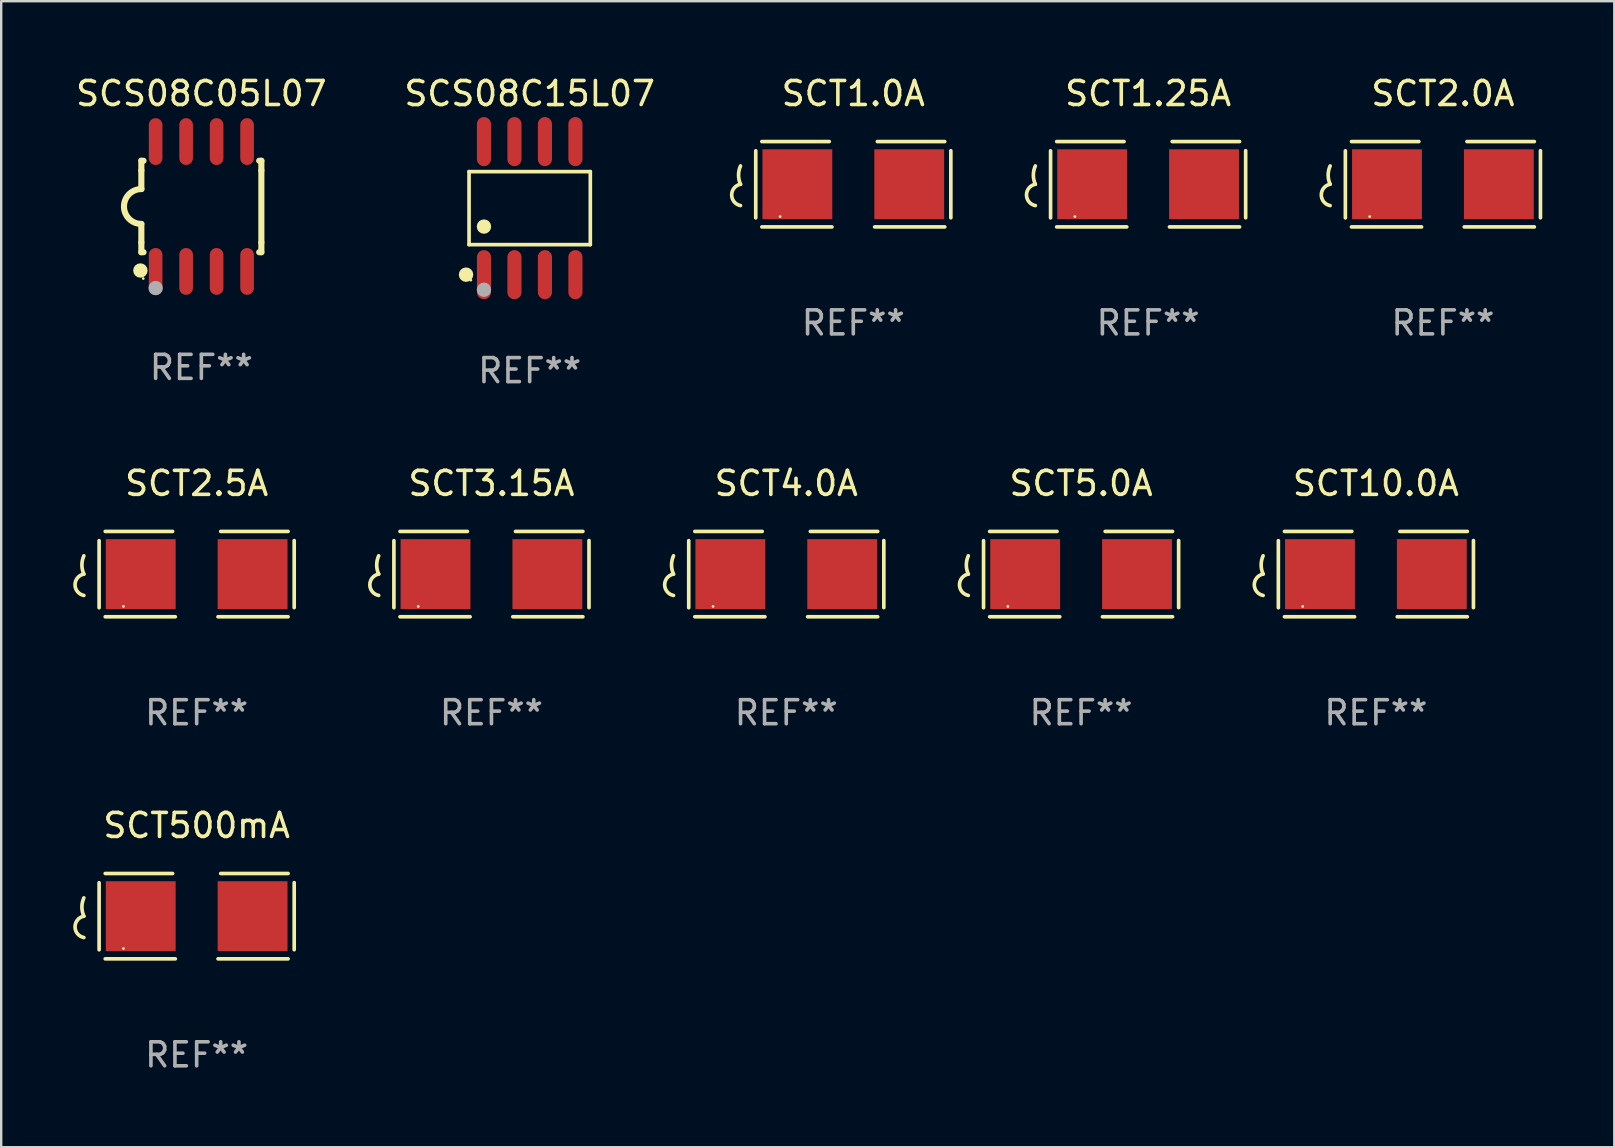
<source format=kicad_pcb>
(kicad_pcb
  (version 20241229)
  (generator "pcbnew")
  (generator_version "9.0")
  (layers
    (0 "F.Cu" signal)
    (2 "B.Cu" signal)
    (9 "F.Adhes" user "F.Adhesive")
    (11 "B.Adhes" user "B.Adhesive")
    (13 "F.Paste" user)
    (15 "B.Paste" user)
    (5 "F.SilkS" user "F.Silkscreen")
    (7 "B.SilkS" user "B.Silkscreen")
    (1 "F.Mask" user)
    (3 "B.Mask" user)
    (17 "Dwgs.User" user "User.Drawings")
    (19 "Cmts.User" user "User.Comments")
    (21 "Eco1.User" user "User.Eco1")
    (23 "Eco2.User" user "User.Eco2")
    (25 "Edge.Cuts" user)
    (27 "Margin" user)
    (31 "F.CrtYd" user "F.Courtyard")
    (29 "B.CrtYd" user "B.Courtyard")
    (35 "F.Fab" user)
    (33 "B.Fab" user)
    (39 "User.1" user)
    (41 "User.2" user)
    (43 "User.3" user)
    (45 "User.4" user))
  (footprint "SCT2.5A"
    (layer "F.Cu")
    (at 5.143 20.868)
    (property "Reference" "SCT2.5A" (at 0 -3.778 0) (layer "F.SilkS") (effects (font (size 1 1) (thickness 0.15))))
    (attr through_hole)
    (fp_line (start -4.064 -1.393) (end -4.064 1.401) (stroke (width 0.152) (type solid)) (layer "F.SilkS"))
    (fp_line (start -3.81 -1.778) (end -1.002 -1.778) (stroke (width 0.152) (type solid)) (layer "F.SilkS"))
    (fp_line (start -0.889 1.778) (end -3.81 1.778) (stroke (width 0.152) (type solid)) (layer "F.SilkS"))
    (fp_line (start 0.889 1.778) (end 3.81 1.778) (stroke (width 0.152) (type solid)) (layer "F.SilkS"))
    (fp_line (start 3.81 -1.778) (end 1.002 -1.778) (stroke (width 0.152) (type solid)) (layer "F.SilkS"))
    (fp_line (start 4.064 -1.397) (end 4.064 1.397) (stroke (width 0.152) (type solid)) (layer "F.SilkS"))
    (fp_arc (start -4.699009 0) (mid -4.780645 -0.381001) (end -4.699009 -0.762002) (stroke (width 0.151994) (type solid)) (layer "F.SilkS"))
    (fp_arc (start -4.699009 0.889002) (mid -5.066697 0.444501) (end -4.699009 0) (stroke (width 0.151994) (type solid)) (layer "F.SilkS"))
    (fp_circle (center -3.05 1.347) (end -3.02 1.347) (stroke (width 0.06) (type solid)) (fill no) (layer "F.SilkS"))
    (fp_text user "REF**" (at 0 5.778 0) (layer "F.Fab") (effects (font (size 1 1) (thickness 0.15))))
    (pad "1" smd rect (at -2.33 0) (size 2.91 2.911) (layers "F.Cu" "F.Mask" "F.Paste"))
    (pad "2" smd rect (at 2.33 0) (size 2.91 2.911) (layers "F.Cu" "F.Mask" "F.Paste")))
  (footprint "SCT3.15A"
    (layer "F.Cu")
    (at 17.425 20.868)
    (property "Reference" "SCT3.15A" (at 0 -3.778 0) (layer "F.SilkS") (effects (font (size 1 1) (thickness 0.15))))
    (attr through_hole)
    (fp_line (start -4.064 -1.393) (end -4.064 1.401) (stroke (width 0.152) (type solid)) (layer "F.SilkS"))
    (fp_line (start -3.81 -1.778) (end -1.002 -1.778) (stroke (width 0.152) (type solid)) (layer "F.SilkS"))
    (fp_line (start -0.889 1.778) (end -3.81 1.778) (stroke (width 0.152) (type solid)) (layer "F.SilkS"))
    (fp_line (start 0.889 1.778) (end 3.81 1.778) (stroke (width 0.152) (type solid)) (layer "F.SilkS"))
    (fp_line (start 3.81 -1.778) (end 1.002 -1.778) (stroke (width 0.152) (type solid)) (layer "F.SilkS"))
    (fp_line (start 4.064 -1.397) (end 4.064 1.397) (stroke (width 0.152) (type solid)) (layer "F.SilkS"))
    (fp_arc (start -4.699009 0) (mid -4.780645 -0.381001) (end -4.699009 -0.762002) (stroke (width 0.151994) (type solid)) (layer "F.SilkS"))
    (fp_arc (start -4.699009 0.889002) (mid -5.066697 0.444501) (end -4.699009 0) (stroke (width 0.151994) (type solid)) (layer "F.SilkS"))
    (fp_circle (center -3.05 1.347) (end -3.02 1.347) (stroke (width 0.06) (type solid)) (fill no) (layer "F.SilkS"))
    (fp_text user "REF**" (at 0 5.778 0) (layer "F.Fab") (effects (font (size 1 1) (thickness 0.15))))
    (pad "1" smd rect (at -2.33 0) (size 2.91 2.911) (layers "F.Cu" "F.Mask" "F.Paste"))
    (pad "2" smd rect (at 2.33 0) (size 2.91 2.911) (layers "F.Cu" "F.Mask" "F.Paste")))
  (footprint "SCT2.0A"
    (layer "F.Cu")
    (at 57.065 4.626)
    (property "Reference" "SCT2.0A" (at 0 -3.778 0) (layer "F.SilkS") (effects (font (size 1 1) (thickness 0.15))))
    (attr through_hole)
    (fp_line (start -4.064 -1.393) (end -4.064 1.401) (stroke (width 0.152) (type solid)) (layer "F.SilkS"))
    (fp_line (start -3.81 -1.778) (end -1.002 -1.778) (stroke (width 0.152) (type solid)) (layer "F.SilkS"))
    (fp_line (start -0.889 1.778) (end -3.81 1.778) (stroke (width 0.152) (type solid)) (layer "F.SilkS"))
    (fp_line (start 0.889 1.778) (end 3.81 1.778) (stroke (width 0.152) (type solid)) (layer "F.SilkS"))
    (fp_line (start 3.81 -1.778) (end 1.002 -1.778) (stroke (width 0.152) (type solid)) (layer "F.SilkS"))
    (fp_line (start 4.064 -1.397) (end 4.064 1.397) (stroke (width 0.152) (type solid)) (layer "F.SilkS"))
    (fp_arc (start -4.699009 0) (mid -4.780645 -0.381001) (end -4.699009 -0.762002) (stroke (width 0.151994) (type solid)) (layer "F.SilkS"))
    (fp_arc (start -4.699009 0.889002) (mid -5.066697 0.444501) (end -4.699009 0) (stroke (width 0.151994) (type solid)) (layer "F.SilkS"))
    (fp_circle (center -3.05 1.347) (end -3.02 1.347) (stroke (width 0.06) (type solid)) (fill no) (layer "F.SilkS"))
    (fp_text user "REF**" (at 0 5.778 0) (layer "F.Fab") (effects (font (size 1 1) (thickness 0.15))))
    (pad "1" smd rect (at -2.33 0) (size 2.91 2.911) (layers "F.Cu" "F.Mask" "F.Paste"))
    (pad "2" smd rect (at 2.33 0) (size 2.91 2.911) (layers "F.Cu" "F.Mask" "F.Paste")))
  (footprint "SCT500mA"
    (layer "F.Cu")
    (at 5.143 35.12)
    (property "Reference" "SCT500mA" (at 0 -3.778 0) (layer "F.SilkS") (effects (font (size 1 1) (thickness 0.15))))
    (attr through_hole)
    (fp_line (start -4.064 -1.393) (end -4.064 1.401) (stroke (width 0.152) (type solid)) (layer "F.SilkS"))
    (fp_line (start -3.81 -1.778) (end -1.002 -1.778) (stroke (width 0.152) (type solid)) (layer "F.SilkS"))
    (fp_line (start -0.889 1.778) (end -3.81 1.778) (stroke (width 0.152) (type solid)) (layer "F.SilkS"))
    (fp_line (start 0.889 1.778) (end 3.81 1.778) (stroke (width 0.152) (type solid)) (layer "F.SilkS"))
    (fp_line (start 3.81 -1.778) (end 1.002 -1.778) (stroke (width 0.152) (type solid)) (layer "F.SilkS"))
    (fp_line (start 4.064 -1.397) (end 4.064 1.397) (stroke (width 0.152) (type solid)) (layer "F.SilkS"))
    (fp_arc (start -4.699009 0) (mid -4.780645 -0.381001) (end -4.699009 -0.762002) (stroke (width 0.151994) (type solid)) (layer "F.SilkS"))
    (fp_arc (start -4.699009 0.889002) (mid -5.066697 0.444501) (end -4.699009 0) (stroke (width 0.151994) (type solid)) (layer "F.SilkS"))
    (fp_circle (center -3.05 1.347) (end -3.02 1.347) (stroke (width 0.06) (type solid)) (fill no) (layer "F.SilkS"))
    (fp_text user "REF**" (at 0 5.778 0) (layer "F.Fab") (effects (font (size 1 1) (thickness 0.15))))
    (pad "1" smd rect (at -2.33 0) (size 2.91 2.911) (layers "F.Cu" "F.Mask" "F.Paste"))
    (pad "2" smd rect (at 2.33 0) (size 2.91 2.911) (layers "F.Cu" "F.Mask" "F.Paste")))
  (footprint "SCT1.25A"
    (layer "F.Cu")
    (at 44.783 4.626)
    (property "Reference" "SCT1.25A" (at 0 -3.778 0) (layer "F.SilkS") (effects (font (size 1 1) (thickness 0.15))))
    (attr through_hole)
    (fp_line (start -4.064 -1.393) (end -4.064 1.401) (stroke (width 0.152) (type solid)) (layer "F.SilkS"))
    (fp_line (start -3.81 -1.778) (end -1.002 -1.778) (stroke (width 0.152) (type solid)) (layer "F.SilkS"))
    (fp_line (start -0.889 1.778) (end -3.81 1.778) (stroke (width 0.152) (type solid)) (layer "F.SilkS"))
    (fp_line (start 0.889 1.778) (end 3.81 1.778) (stroke (width 0.152) (type solid)) (layer "F.SilkS"))
    (fp_line (start 3.81 -1.778) (end 1.002 -1.778) (stroke (width 0.152) (type solid)) (layer "F.SilkS"))
    (fp_line (start 4.064 -1.397) (end 4.064 1.397) (stroke (width 0.152) (type solid)) (layer "F.SilkS"))
    (fp_arc (start -4.699009 0) (mid -4.780645 -0.381001) (end -4.699009 -0.762002) (stroke (width 0.151994) (type solid)) (layer "F.SilkS"))
    (fp_arc (start -4.699009 0.889002) (mid -5.066697 0.444501) (end -4.699009 0) (stroke (width 0.151994) (type solid)) (layer "F.SilkS"))
    (fp_circle (center -3.05 1.347) (end -3.02 1.347) (stroke (width 0.06) (type solid)) (fill no) (layer "F.SilkS"))
    (fp_text user "REF**" (at 0 5.778 0) (layer "F.Fab") (effects (font (size 1 1) (thickness 0.15))))
    (pad "1" smd rect (at -2.33 0) (size 2.91 2.911) (layers "F.Cu" "F.Mask" "F.Paste"))
    (pad "2" smd rect (at 2.33 0) (size 2.91 2.911) (layers "F.Cu" "F.Mask" "F.Paste")))
  (footprint "SCT4.0A"
    (layer "F.Cu")
    (at 29.708 20.868)
    (property "Reference" "SCT4.0A" (at 0 -3.778 0) (layer "F.SilkS") (effects (font (size 1 1) (thickness 0.15))))
    (attr through_hole)
    (fp_line (start -4.064 -1.393) (end -4.064 1.401) (stroke (width 0.152) (type solid)) (layer "F.SilkS"))
    (fp_line (start -3.81 -1.778) (end -1.002 -1.778) (stroke (width 0.152) (type solid)) (layer "F.SilkS"))
    (fp_line (start -0.889 1.778) (end -3.81 1.778) (stroke (width 0.152) (type solid)) (layer "F.SilkS"))
    (fp_line (start 0.889 1.778) (end 3.81 1.778) (stroke (width 0.152) (type solid)) (layer "F.SilkS"))
    (fp_line (start 3.81 -1.778) (end 1.002 -1.778) (stroke (width 0.152) (type solid)) (layer "F.SilkS"))
    (fp_line (start 4.064 -1.397) (end 4.064 1.397) (stroke (width 0.152) (type solid)) (layer "F.SilkS"))
    (fp_arc (start -4.699009 0) (mid -4.780645 -0.381001) (end -4.699009 -0.762002) (stroke (width 0.151994) (type solid)) (layer "F.SilkS"))
    (fp_arc (start -4.699009 0.889002) (mid -5.066697 0.444501) (end -4.699009 0) (stroke (width 0.151994) (type solid)) (layer "F.SilkS"))
    (fp_circle (center -3.05 1.347) (end -3.02 1.347) (stroke (width 0.06) (type solid)) (fill no) (layer "F.SilkS"))
    (fp_text user "REF**" (at 0 5.778 0) (layer "F.Fab") (effects (font (size 1 1) (thickness 0.15))))
    (pad "1" smd rect (at -2.33 0) (size 2.91 2.911) (layers "F.Cu" "F.Mask" "F.Paste"))
    (pad "2" smd rect (at 2.33 0) (size 2.91 2.911) (layers "F.Cu" "F.Mask" "F.Paste")))
  (footprint "SCS08C15L07"
    (layer "F.Cu")
    (at 19.018 5.621)
    (property "Reference" "SCS08C15L07" (at 0 -4.772 0) (layer "F.SilkS") (effects (font (size 1 1) (thickness 0.15))))
    (attr through_hole)
    (fp_line (start -2.526 -1.521) (end 2.526 -1.521) (stroke (width 0.152) (type solid)) (layer "F.SilkS"))
    (fp_line (start -2.526 1.521) (end -2.526 -1.521) (stroke (width 0.152) (type solid)) (layer "F.SilkS"))
    (fp_line (start 2.526 -1.521) (end 2.526 1.521) (stroke (width 0.152) (type solid)) (layer "F.SilkS"))
    (fp_line (start 2.526 1.521) (end -2.526 1.521) (stroke (width 0.152) (type solid)) (layer "F.SilkS"))
    (fp_circle (center -2.652 2.772) (end -2.501 2.772) (stroke (width 0.3) (type solid)) (fill no) (layer "F.SilkS"))
    (fp_circle (center -2.45 3) (end -2.42 3) (stroke (width 0.06) (type solid)) (fill no) (layer "F.SilkS"))
    (fp_circle (center -1.905 0.769) (end -1.755 0.769) (stroke (width 0.3) (type solid)) (fill no) (layer "F.SilkS"))
    (fp_circle (center -1.905 3.4) (end -1.755 3.4) (stroke (width 0.3) (type solid)) (fill no) (layer "F.Fab"))
    (fp_text user "REF**" (at 0 6.772 0) (layer "F.Fab") (effects (font (size 1 1) (thickness 0.15))))
    (pad "1" smd oval (at -1.905 2.772) (size 0.588 2.045) (layers "F.Cu" "F.Mask" "F.Paste"))
    (pad "2" smd oval (at -0.635 2.772) (size 0.588 2.045) (layers "F.Cu" "F.Mask" "F.Paste"))
    (pad "3" smd oval (at 0.635 2.772) (size 0.588 2.045) (layers "F.Cu" "F.Mask" "F.Paste"))
    (pad "4" smd oval (at 1.905 2.772) (size 0.588 2.045) (layers "F.Cu" "F.Mask" "F.Paste"))
    (pad "5" smd oval (at 1.905 -2.772) (size 0.588 2.045) (layers "F.Cu" "F.Mask" "F.Paste"))
    (pad "6" smd oval (at 0.635 -2.772) (size 0.588 2.045) (layers "F.Cu" "F.Mask" "F.Paste"))
    (pad "7" smd oval (at -0.635 -2.772) (size 0.588 2.045) (layers "F.Cu" "F.Mask" "F.Paste"))
    (pad "8" smd oval (at -1.905 -2.772) (size 0.588 2.045) (layers "F.Cu" "F.Mask" "F.Paste")))
  (footprint "SCT1.0A"
    (layer "F.Cu")
    (at 32.5 4.626)
    (property "Reference" "SCT1.0A" (at 0 -3.778 0) (layer "F.SilkS") (effects (font (size 1 1) (thickness 0.15))))
    (attr through_hole)
    (fp_line (start -4.064 -1.393) (end -4.064 1.401) (stroke (width 0.152) (type solid)) (layer "F.SilkS"))
    (fp_line (start -3.81 -1.778) (end -1.002 -1.778) (stroke (width 0.152) (type solid)) (layer "F.SilkS"))
    (fp_line (start -0.889 1.778) (end -3.81 1.778) (stroke (width 0.152) (type solid)) (layer "F.SilkS"))
    (fp_line (start 0.889 1.778) (end 3.81 1.778) (stroke (width 0.152) (type solid)) (layer "F.SilkS"))
    (fp_line (start 3.81 -1.778) (end 1.002 -1.778) (stroke (width 0.152) (type solid)) (layer "F.SilkS"))
    (fp_line (start 4.064 -1.397) (end 4.064 1.397) (stroke (width 0.152) (type solid)) (layer "F.SilkS"))
    (fp_arc (start -4.699009 0) (mid -4.780645 -0.381001) (end -4.699009 -0.762002) (stroke (width 0.151994) (type solid)) (layer "F.SilkS"))
    (fp_arc (start -4.699009 0.889002) (mid -5.066697 0.444501) (end -4.699009 0) (stroke (width 0.151994) (type solid)) (layer "F.SilkS"))
    (fp_circle (center -3.05 1.347) (end -3.02 1.347) (stroke (width 0.06) (type solid)) (fill no) (layer "F.SilkS"))
    (fp_text user "REF**" (at 0 5.778 0) (layer "F.Fab") (effects (font (size 1 1) (thickness 0.15))))
    (pad "1" smd rect (at -2.33 0) (size 2.91 2.911) (layers "F.Cu" "F.Mask" "F.Paste"))
    (pad "2" smd rect (at 2.33 0) (size 2.91 2.911) (layers "F.Cu" "F.Mask" "F.Paste")))
  (footprint "SCT5.0A"
    (layer "F.Cu")
    (at 41.991 20.868)
    (property "Reference" "SCT5.0A" (at 0 -3.778 0) (layer "F.SilkS") (effects (font (size 1 1) (thickness 0.15))))
    (attr through_hole)
    (fp_line (start -4.064 -1.393) (end -4.064 1.401) (stroke (width 0.152) (type solid)) (layer "F.SilkS"))
    (fp_line (start -3.81 -1.778) (end -1.002 -1.778) (stroke (width 0.152) (type solid)) (layer "F.SilkS"))
    (fp_line (start -0.889 1.778) (end -3.81 1.778) (stroke (width 0.152) (type solid)) (layer "F.SilkS"))
    (fp_line (start 0.889 1.778) (end 3.81 1.778) (stroke (width 0.152) (type solid)) (layer "F.SilkS"))
    (fp_line (start 3.81 -1.778) (end 1.002 -1.778) (stroke (width 0.152) (type solid)) (layer "F.SilkS"))
    (fp_line (start 4.064 -1.397) (end 4.064 1.397) (stroke (width 0.152) (type solid)) (layer "F.SilkS"))
    (fp_arc (start -4.699009 0) (mid -4.780645 -0.381001) (end -4.699009 -0.762002) (stroke (width 0.151994) (type solid)) (layer "F.SilkS"))
    (fp_arc (start -4.699009 0.889002) (mid -5.066697 0.444501) (end -4.699009 0) (stroke (width 0.151994) (type solid)) (layer "F.SilkS"))
    (fp_circle (center -3.05 1.347) (end -3.02 1.347) (stroke (width 0.06) (type solid)) (fill no) (layer "F.SilkS"))
    (fp_text user "REF**" (at 0 5.778 0) (layer "F.Fab") (effects (font (size 1 1) (thickness 0.15))))
    (pad "1" smd rect (at -2.33 0) (size 2.91 2.911) (layers "F.Cu" "F.Mask" "F.Paste"))
    (pad "2" smd rect (at 2.33 0) (size 2.91 2.911) (layers "F.Cu" "F.Mask" "F.Paste")))
  (footprint "SCT10.0A"
    (layer "F.Cu")
    (at 54.273 20.868)
    (property "Reference" "SCT10.0A" (at 0 -3.778 0) (layer "F.SilkS") (effects (font (size 1 1) (thickness 0.15))))
    (attr through_hole)
    (fp_line (start -4.064 -1.393) (end -4.064 1.401) (stroke (width 0.152) (type solid)) (layer "F.SilkS"))
    (fp_line (start -3.81 -1.778) (end -1.002 -1.778) (stroke (width 0.152) (type solid)) (layer "F.SilkS"))
    (fp_line (start -0.889 1.778) (end -3.81 1.778) (stroke (width 0.152) (type solid)) (layer "F.SilkS"))
    (fp_line (start 0.889 1.778) (end 3.81 1.778) (stroke (width 0.152) (type solid)) (layer "F.SilkS"))
    (fp_line (start 3.81 -1.778) (end 1.002 -1.778) (stroke (width 0.152) (type solid)) (layer "F.SilkS"))
    (fp_line (start 4.064 -1.397) (end 4.064 1.397) (stroke (width 0.152) (type solid)) (layer "F.SilkS"))
    (fp_arc (start -4.699009 0) (mid -4.780645 -0.381001) (end -4.699009 -0.762002) (stroke (width 0.151994) (type solid)) (layer "F.SilkS"))
    (fp_arc (start -4.699009 0.889002) (mid -5.066697 0.444501) (end -4.699009 0) (stroke (width 0.151994) (type solid)) (layer "F.SilkS"))
    (fp_circle (center -3.05 1.347) (end -3.02 1.347) (stroke (width 0.06) (type solid)) (fill no) (layer "F.SilkS"))
    (fp_text user "REF**" (at 0 5.778 0) (layer "F.Fab") (effects (font (size 1 1) (thickness 0.15))))
    (pad "1" smd rect (at -2.33 0) (size 2.91 2.911) (layers "F.Cu" "F.Mask" "F.Paste"))
    (pad "2" smd rect (at 2.33 0) (size 2.91 2.911) (layers "F.Cu" "F.Mask" "F.Paste")))
  (footprint "SCS08C05L07"
    (layer "F.Cu")
    (at 5.339 5.553)
    (property "Reference" "SCS08C05L07" (at 0 -4.705 0) (layer "F.SilkS") (effects (font (size 1 1) (thickness 0.15))))
    (attr through_hole)
    (fp_line (start -2.5 -1.905) (end -2.409 -1.905) (stroke (width 0.254) (type solid)) (layer "F.SilkS"))
    (fp_line (start -2.5 -1.5) (end -2.5 -1.905) (stroke (width 0.254) (type solid)) (layer "F.SilkS"))
    (fp_line (start -2.5 -1.5) (end -2.5 -0.726) (stroke (width 0.254) (type solid)) (layer "F.SilkS"))
    (fp_line (start -2.5 1.5) (end -2.5 0.727) (stroke (width 0.254) (type solid)) (layer "F.SilkS"))
    (fp_line (start -2.5 1.5) (end -2.5 1.905) (stroke (width 0.254) (type solid)) (layer "F.SilkS"))
    (fp_line (start -2.5 1.905) (end -2.409 1.905) (stroke (width 0.254) (type solid)) (layer "F.SilkS"))
    (fp_line (start 2.5 -1.905) (end 2.409 -1.905) (stroke (width 0.254) (type solid)) (layer "F.SilkS"))
    (fp_line (start 2.5 -1.5) (end 2.5 -1.905) (stroke (width 0.254) (type solid)) (layer "F.SilkS"))
    (fp_line (start 2.5 -1.5) (end 2.5 1.5) (stroke (width 0.254) (type solid)) (layer "F.SilkS"))
    (fp_line (start 2.5 1.5) (end 2.5 1.905) (stroke (width 0.254) (type solid)) (layer "F.SilkS"))
    (fp_line (start 2.5 1.905) (end 2.409 1.905) (stroke (width 0.254) (type solid)) (layer "F.SilkS"))
    (fp_arc (start -2.5 0.726568) (mid -3.220316 -0.0023) (end -2.495097 -0.726289) (stroke (width 0.254001) (type solid)) (layer "F.SilkS"))
    (fp_circle (center -2.54 2.667) (end -2.39 2.667) (stroke (width 0.3) (type solid)) (fill no) (layer "F.SilkS"))
    (fp_circle (center -2.42 3) (end -2.39 3) (stroke (width 0.06) (type solid)) (fill no) (layer "F.SilkS"))
    (fp_circle (center -1.905 3.4) (end -1.755 3.4) (stroke (width 0.3) (type solid)) (fill no) (layer "F.Fab"))
    (fp_text user "REF**" (at 0 6.705 0) (layer "F.Fab") (effects (font (size 1 1) (thickness 0.15))))
    (pad "1" smd oval (at -1.905 2.705) (size 0.568 1.95) (layers "F.Cu" "F.Mask" "F.Paste"))
    (pad "2" smd oval (at -0.635 2.705) (size 0.568 1.95) (layers "F.Cu" "F.Mask" "F.Paste"))
    (pad "3" smd oval (at 0.635 2.705) (size 0.568 1.95) (layers "F.Cu" "F.Mask" "F.Paste"))
    (pad "4" smd oval (at 1.905 2.705) (size 0.568 1.95) (layers "F.Cu" "F.Mask" "F.Paste"))
    (pad "5" smd oval (at 1.905 -2.705) (size 0.568 1.95) (layers "F.Cu" "F.Mask" "F.Paste"))
    (pad "6" smd oval (at 0.635 -2.705) (size 0.568 1.95) (layers "F.Cu" "F.Mask" "F.Paste"))
    (pad "7" smd oval (at -0.635 -2.705) (size 0.568 1.95) (layers "F.Cu" "F.Mask" "F.Paste"))
    (pad "8" smd oval (at -1.905 -2.705) (size 0.568 1.95) (layers "F.Cu" "F.Mask" "F.Paste")))
  (gr_rect
    (start -3 -3)
    (end 64.205 44.746)
    (stroke (width 0.1) (type default))
    (fill no)
    (layer "Edge.Cuts")))
</source>
